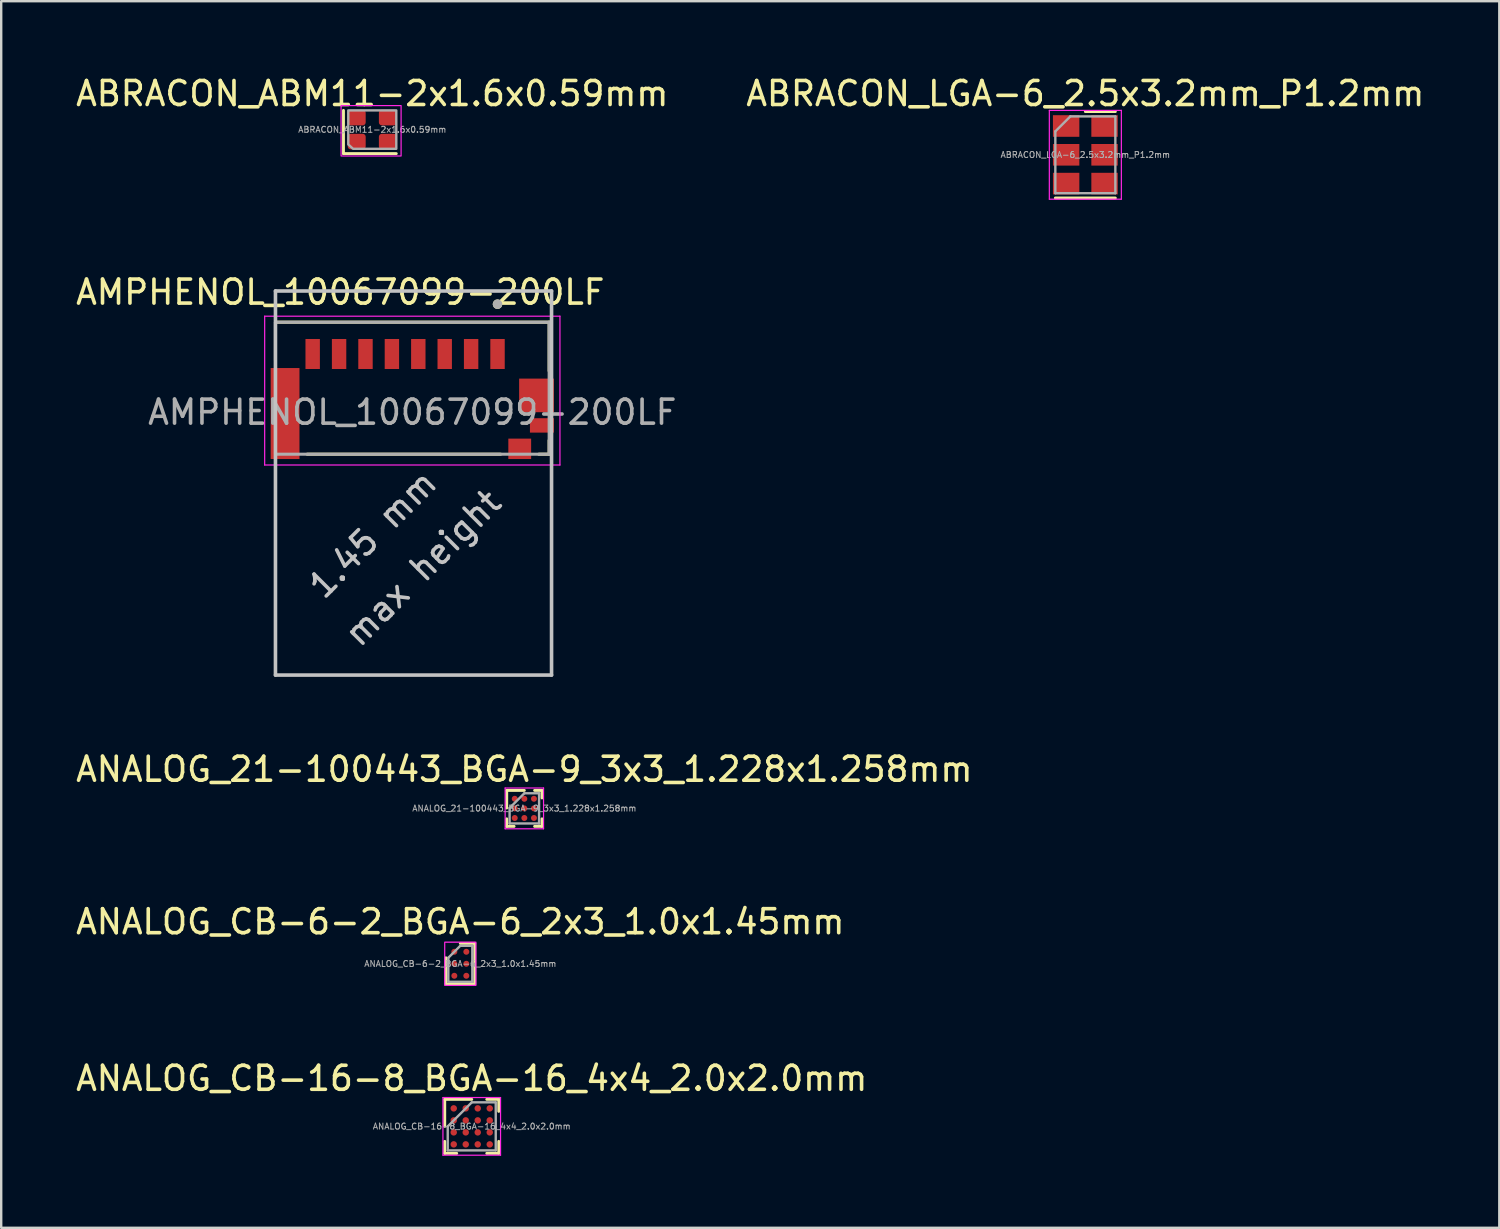
<source format=kicad_pcb>
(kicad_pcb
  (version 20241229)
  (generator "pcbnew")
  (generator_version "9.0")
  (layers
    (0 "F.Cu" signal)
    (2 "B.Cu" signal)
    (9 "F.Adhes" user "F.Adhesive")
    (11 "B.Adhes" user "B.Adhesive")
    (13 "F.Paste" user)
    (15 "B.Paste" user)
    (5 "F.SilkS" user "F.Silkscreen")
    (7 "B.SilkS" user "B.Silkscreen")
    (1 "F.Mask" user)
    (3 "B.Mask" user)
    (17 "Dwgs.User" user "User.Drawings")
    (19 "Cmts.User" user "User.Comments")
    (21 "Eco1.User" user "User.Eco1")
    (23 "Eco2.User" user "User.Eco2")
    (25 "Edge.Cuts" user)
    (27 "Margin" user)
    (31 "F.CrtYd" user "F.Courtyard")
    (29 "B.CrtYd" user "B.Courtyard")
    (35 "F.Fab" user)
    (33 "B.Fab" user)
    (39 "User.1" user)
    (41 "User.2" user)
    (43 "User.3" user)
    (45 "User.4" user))
  (footprint "ANALOG_21-100443_BGA-9_3x3_1.228x1.258mm"
    (layer "F.Cu")
    (at 18.792 30.624)
    (property "Reference" "ANALOG_21-100443_BGA-9_3x3_1.228x1.258mm" (at 0 -1.629 0) (layer "F.SilkS") (effects (font (size 1 1) (thickness 0.15))))
    (attr smd)
    (fp_line (start -0.734 -0.749) (end 0 -0.749) (stroke (width 0.12) (type default)) (layer "F.SilkS"))
    (fp_line (start -0.734 -0.015) (end -0.734 -0.749) (stroke (width 0.12) (type default)) (layer "F.SilkS"))
    (fp_line (start -0.734 0.749) (end -0.734 0.434) (stroke (width 0.12) (type default)) (layer "F.SilkS"))
    (fp_line (start -0.427 0.749) (end -0.734 0.749) (stroke (width 0.12) (type default)) (layer "F.SilkS"))
    (fp_line (start 0.427 -0.749) (end 0.734 -0.749) (stroke (width 0.12) (type default)) (layer "F.SilkS"))
    (fp_line (start 0.427 0.749) (end 0.734 0.749) (stroke (width 0.12) (type default)) (layer "F.SilkS"))
    (fp_line (start 0.734 -0.749) (end 0.734 -0.434) (stroke (width 0.12) (type default)) (layer "F.SilkS"))
    (fp_line (start 0.734 0.749) (end 0.734 0.434) (stroke (width 0.12) (type default)) (layer "F.SilkS"))
    (fp_line (start -0.8 -0.85) (end 0.8 -0.85) (stroke (width 0.05) (type default)) (layer "F.CrtYd"))
    (fp_line (start -0.8 0.85) (end -0.8 -0.85) (stroke (width 0.05) (type default)) (layer "F.CrtYd"))
    (fp_line (start 0.8 -0.85) (end 0.8 0.85) (stroke (width 0.05) (type default)) (layer "F.CrtYd"))
    (fp_line (start 0.8 0.85) (end -0.8 0.85) (stroke (width 0.05) (type default)) (layer "F.CrtYd"))
    (fp_line (start -0.614 -0.015) (end -0.614 0.629) (stroke (width 0.1) (type default)) (layer "F.Fab"))
    (fp_line (start -0.614 0.629) (end 0.614 0.629) (stroke (width 0.1) (type default)) (layer "F.Fab"))
    (fp_line (start 0 -0.629) (end -0.614 -0.015) (stroke (width 0.1) (type default)) (layer "F.Fab"))
    (fp_line (start 0.614 -0.629) (end 0 -0.629) (stroke (width 0.1) (type default)) (layer "F.Fab"))
    (fp_line (start 0.614 0.629) (end 0.614 -0.629) (stroke (width 0.1) (type default)) (layer "F.Fab"))
    (fp_text user "${REFERENCE}" (at 0 0 0) (layer "F.Fab") (effects (font (size 0.25 0.25) (thickness 0.04))))
    (pad "A1" smd circle (at -0.4 -0.4) (size 0.25 0.25) (layers "F.Cu" "F.Mask" "F.Paste"))
    (pad "A2" smd circle (at 0 -0.4) (size 0.25 0.25) (layers "F.Cu" "F.Mask" "F.Paste"))
    (pad "A3" smd circle (at 0.4 -0.4) (size 0.25 0.25) (layers "F.Cu" "F.Mask" "F.Paste"))
    (pad "B1" smd circle (at -0.4 0) (size 0.25 0.25) (layers "F.Cu" "F.Mask" "F.Paste"))
    (pad "B2" smd circle (at 0 0) (size 0.25 0.25) (layers "F.Cu" "F.Mask" "F.Paste"))
    (pad "B3" smd circle (at 0.4 0) (size 0.25 0.25) (layers "F.Cu" "F.Mask" "F.Paste"))
    (pad "C1" smd circle (at -0.4 0.4) (size 0.25 0.25) (layers "F.Cu" "F.Mask" "F.Paste"))
    (pad "C2" smd circle (at 0 0.4) (size 0.25 0.25) (layers "F.Cu" "F.Mask" "F.Paste"))
    (pad "C3" smd circle (at 0.4 0.4) (size 0.25 0.25) (layers "F.Cu" "F.Mask" "F.Paste")))
  (footprint "ANALOG_CB-6-2_BGA-6_2x3_1.0x1.45mm"
    (layer "F.Cu")
    (at 16.125 37.097)
    (property "Reference" "ANALOG_CB-6-2_BGA-6_2x3_1.0x1.45mm" (at 0 -1.75 0) (layer "F.SilkS") (effects (font (size 1 1) (thickness 0.15))))
    (attr smd)
    (fp_line (start -0.6 -0.25) (end -0.6 0.85) (stroke (width 0.12) (type default)) (layer "F.SilkS"))
    (fp_line (start -0.6 0.85) (end 0.6 0.85) (stroke (width 0.12) (type default)) (layer "F.SilkS"))
    (fp_line (start 0.6 -0.85) (end 0 -0.85) (stroke (width 0.12) (type default)) (layer "F.SilkS"))
    (fp_line (start 0.6 0.85) (end 0.6 -0.85) (stroke (width 0.12) (type default)) (layer "F.SilkS"))
    (fp_rect (start -0.65 0.9) (end 0.65 -0.9) (stroke (width 0.05) (type default)) (fill no) (layer "F.CrtYd"))
    (fp_line (start -0.5 -0.25) (end -0.5 0.75) (stroke (width 0.1) (type default)) (layer "F.Fab"))
    (fp_line (start -0.5 0.75) (end 0.5 0.75) (stroke (width 0.1) (type default)) (layer "F.Fab"))
    (fp_line (start 0 -0.75) (end -0.5 -0.25) (stroke (width 0.1) (type default)) (layer "F.Fab"))
    (fp_line (start 0.5 -0.75) (end 0 -0.75) (stroke (width 0.1) (type default)) (layer "F.Fab"))
    (fp_line (start 0.5 0.75) (end 0.5 -0.75) (stroke (width 0.1) (type default)) (layer "F.Fab"))
    (fp_text user "${REFERENCE}" (at 0 0 0) (unlocked yes) (layer "F.Fab") (effects (font (size 0.25 0.25) (thickness 0.04))))
    (pad "A1" smd circle (at -0.25 -0.5) (size 0.25 0.25) (layers "F.Cu" "F.Mask" "F.Paste"))
    (pad "A2" smd circle (at 0.25 -0.5) (size 0.25 0.25) (layers "F.Cu" "F.Mask" "F.Paste"))
    (pad "B1" smd circle (at -0.25 0) (size 0.25 0.25) (layers "F.Cu" "F.Mask" "F.Paste"))
    (pad "B2" smd circle (at 0.25 0) (size 0.25 0.25) (layers "F.Cu" "F.Mask" "F.Paste"))
    (pad "C1" smd circle (at -0.25 0.5) (size 0.25 0.25) (layers "F.Cu" "F.Mask" "F.Paste"))
    (pad "C2" smd circle (at 0.25 0.5) (size 0.25 0.25) (layers "F.Cu" "F.Mask" "F.Paste")))
  (footprint "ABRACON_ABM11-2x1.6x0.59mm"
    (layer "F.Cu")
    (at 12.458 2.348)
    (property "Reference" "ABRACON_ABM11-2x1.6x0.59mm" (at 0 -1.5 0) (unlocked yes) (layer "F.SilkS") (effects (font (size 1 1) (thickness 0.15))))
    (attr smd)
    (fp_line (start -1.2 -0.8) (end -1.2 1) (stroke (width 0.12) (type solid)) (layer "F.SilkS"))
    (fp_line (start -1.2 1) (end 1 1) (stroke (width 0.12) (type solid)) (layer "F.SilkS"))
    (fp_rect (start -1.3 -1) (end 1.2 1.1) (stroke (width 0.05) (type solid)) (fill no) (layer "F.CrtYd"))
    (fp_poly (pts (xy -1 -0.8) (xy -1 0.618) (xy -0.802 0.8) (xy 1 0.8) (xy 1 -0.8)) (stroke (width 0.1) (type solid)) (fill no) (layer "F.Fab"))
    (fp_text user "${REFERENCE}" (at 0 0 0) (layer "F.Fab") (effects (font (size 0.25 0.25) (thickness 0.04))))
    (pad "1" smd roundrect (at -0.65 0.5) (size 0.75 0.65) (layers "F.Cu" "F.Mask" "F.Paste") (roundrect_rratio 0.192))
    (pad "2" smd roundrect (at 0.65 0.5) (size 0.75 0.65) (layers "F.Cu" "F.Mask" "F.Paste") (roundrect_rratio 0.192))
    (pad "3" smd roundrect (at 0.65 -0.5) (size 0.75 0.65) (layers "F.Cu" "F.Mask" "F.Paste") (roundrect_rratio 0.192))
    (pad "4" smd roundrect (at -0.65 -0.5) (size 0.75 0.65) (layers "F.Cu" "F.Mask" "F.Paste") (roundrect_rratio 0.192)))
  (footprint "ANALOG_CB-16-8_BGA-16_4x4_2.0x2.0mm"
    (layer "F.Cu")
    (at 16.601 43.87)
    (property "Reference" "ANALOG_CB-16-8_BGA-16_4x4_2.0x2.0mm" (at 0 -2 0) (layer "F.SilkS") (effects (font (size 1 1) (thickness 0.15))))
    (attr smd)
    (fp_line (start -1.125 -1.125) (end -1.125 0) (stroke (width 0.12) (type default)) (layer "F.SilkS"))
    (fp_line (start -1.125 1.125) (end -1.125 0.625) (stroke (width 0.12) (type default)) (layer "F.SilkS"))
    (fp_line (start -0.625 1.125) (end -1.125 1.125) (stroke (width 0.12) (type default)) (layer "F.SilkS"))
    (fp_line (start 0 -1.125) (end -1.125 -1.125) (stroke (width 0.12) (type default)) (layer "F.SilkS"))
    (fp_line (start 0.625 -1.125) (end 1.125 -1.125) (stroke (width 0.12) (type default)) (layer "F.SilkS"))
    (fp_line (start 1.125 -1.125) (end 1.125 -0.625) (stroke (width 0.12) (type default)) (layer "F.SilkS"))
    (fp_line (start 1.125 0.625) (end 1.125 1.125) (stroke (width 0.12) (type default)) (layer "F.SilkS"))
    (fp_line (start 1.125 1.125) (end 0.625 1.125) (stroke (width 0.12) (type default)) (layer "F.SilkS"))
    (fp_line (start -1.2 -1.2) (end 1.2 -1.2) (stroke (width 0.05) (type default)) (layer "F.CrtYd"))
    (fp_line (start -1.2 1.2) (end -1.2 -1.2) (stroke (width 0.05) (type default)) (layer "F.CrtYd"))
    (fp_line (start 1.2 -1.2) (end 1.2 1.2) (stroke (width 0.05) (type default)) (layer "F.CrtYd"))
    (fp_line (start 1.2 1.2) (end -1.2 1.2) (stroke (width 0.05) (type default)) (layer "F.CrtYd"))
    (fp_line (start -1 0) (end -1 1) (stroke (width 0.1) (type default)) (layer "F.Fab"))
    (fp_line (start -1 1) (end 1 1) (stroke (width 0.1) (type default)) (layer "F.Fab"))
    (fp_line (start 0 -1) (end -1 0) (stroke (width 0.1) (type default)) (layer "F.Fab"))
    (fp_line (start 1 -1) (end 0 -1) (stroke (width 0.1) (type default)) (layer "F.Fab"))
    (fp_line (start 1 1) (end 1 -1) (stroke (width 0.1) (type default)) (layer "F.Fab"))
    (fp_text user "${REFERENCE}" (at 0 0 0) (unlocked yes) (layer "F.Fab") (effects (font (size 0.25 0.25) (thickness 0.04))))
    (pad "A1" smd circle (at -0.75 -0.75) (size 0.27 0.27) (layers "F.Cu" "F.Mask" "F.Paste"))
    (pad "A2" smd circle (at -0.25 -0.75) (size 0.27 0.27) (layers "F.Cu" "F.Mask" "F.Paste"))
    (pad "A3" smd circle (at 0.25 -0.75) (size 0.27 0.27) (layers "F.Cu" "F.Mask" "F.Paste"))
    (pad "A4" smd circle (at 0.75 -0.75) (size 0.27 0.27) (layers "F.Cu" "F.Mask" "F.Paste"))
    (pad "B1" smd circle (at -0.75 -0.25) (size 0.27 0.27) (layers "F.Cu" "F.Mask" "F.Paste"))
    (pad "B2" smd circle (at -0.25 -0.25) (size 0.27 0.27) (layers "F.Cu" "F.Mask" "F.Paste"))
    (pad "B3" smd circle (at 0.25 -0.25) (size 0.27 0.27) (layers "F.Cu" "F.Mask" "F.Paste"))
    (pad "B4" smd circle (at 0.75 -0.25) (size 0.27 0.27) (layers "F.Cu" "F.Mask" "F.Paste"))
    (pad "C1" smd circle (at -0.75 0.25) (size 0.27 0.27) (layers "F.Cu" "F.Mask" "F.Paste"))
    (pad "C2" smd circle (at -0.25 0.25) (size 0.27 0.27) (layers "F.Cu" "F.Mask" "F.Paste"))
    (pad "C3" smd circle (at 0.25 0.25) (size 0.27 0.27) (layers "F.Cu" "F.Mask" "F.Paste"))
    (pad "C4" smd circle (at 0.75 0.25) (size 0.27 0.27) (layers "F.Cu" "F.Mask" "F.Paste"))
    (pad "D1" smd circle (at -0.75 0.75) (size 0.27 0.27) (layers "F.Cu" "F.Mask" "F.Paste"))
    (pad "D2" smd circle (at -0.25 0.75) (size 0.27 0.27) (layers "F.Cu" "F.Mask" "F.Paste"))
    (pad "D3" smd circle (at 0.25 0.75) (size 0.27 0.27) (layers "F.Cu" "F.Mask" "F.Paste"))
    (pad "D4" smd circle (at 0.75 0.75) (size 0.27 0.27) (layers "F.Cu" "F.Mask" "F.Paste")))
  (footprint "AMPHENOL_10067099-200LF"
    (layer "F.Cu")
    (at 14.125 13.121)
    (property "Reference" "AMPHENOL_10067099-200LF" (at -3 -4 0) (layer "F.SilkS") (effects (font (size 1 1) (thickness 0.15))))
    (attr smd)
    (fp_line (start -5.7 -2.75) (end -5.7 -1.16) (stroke (width 0.127) (type solid)) (layer "F.SilkS"))
    (fp_line (start -5.7 -2.75) (end 5.7 -2.75) (stroke (width 0.127) (type solid)) (layer "F.SilkS"))
    (fp_line (start -4.38 2.75) (end 3.68 2.75) (stroke (width 0.127) (type solid)) (layer "F.SilkS"))
    (fp_line (start 5.27 2.75) (end 5.7 2.75) (stroke (width 0.127) (type solid)) (layer "F.SilkS"))
    (fp_line (start 5.7 -2.75) (end 5.7 -0.72) (stroke (width 0.127) (type solid)) (layer "F.SilkS"))
    (fp_line (start 5.7 2.75) (end 5.7 2.17) (stroke (width 0.127) (type solid)) (layer "F.SilkS"))
    (fp_circle (center 3.55 -3.5) (end 3.65 -3.5) (stroke (width 0.2) (type solid)) (fill no) (layer "F.SilkS"))
    (fp_line (start -5.7 -4.05) (end -5.7 11.95) (stroke (width 0.15) (type default)) (layer "Dwgs.User"))
    (fp_line (start -5.7 -4.05) (end 5.8 -4.05) (stroke (width 0.15) (type solid)) (layer "Dwgs.User"))
    (fp_line (start -5.7 11.95) (end 5.8 11.95) (stroke (width 0.15) (type default)) (layer "Dwgs.User"))
    (fp_line (start 5.8 11.95) (end 5.8 -4.05) (stroke (width 0.15) (type default)) (layer "Dwgs.User"))
    (fp_line (start -6.15 -3) (end -6.15 3.2) (stroke (width 0.05) (type solid)) (layer "F.CrtYd"))
    (fp_line (start -6.15 3.2) (end 6.15 3.2) (stroke (width 0.05) (type solid)) (layer "F.CrtYd"))
    (fp_line (start 6.15 -3) (end -6.15 -3) (stroke (width 0.05) (type solid)) (layer "F.CrtYd"))
    (fp_line (start 6.15 3.2) (end 6.15 -3) (stroke (width 0.05) (type solid)) (layer "F.CrtYd"))
    (fp_line (start -5.7 -2.75) (end -5.7 2.75) (stroke (width 0.127) (type solid)) (layer "F.Fab"))
    (fp_line (start -5.7 -2.75) (end 5.7 -2.75) (stroke (width 0.127) (type solid)) (layer "F.Fab"))
    (fp_line (start -5.7 2.75) (end 5.7 2.75) (stroke (width 0.127) (type solid)) (layer "F.Fab"))
    (fp_line (start 5.7 -2.75) (end 5.7 2.75) (stroke (width 0.127) (type solid)) (layer "F.Fab"))
    (fp_circle (center 3.55 -3.5) (end 3.65 -3.5) (stroke (width 0.2) (type solid)) (fill no) (layer "F.Fab"))
    (fp_text user "max height" (at -2.2 10.95 45) (unlocked yes) (layer "Dwgs.User") (effects (font (size 1 1) (thickness 0.15)) (justify left bottom)))
    (fp_text user "1.45 mm" (at -3.7 8.95 45) (unlocked yes) (layer "Dwgs.User") (effects (font (size 1 1) (thickness 0.15)) (justify left bottom)))
    (fp_text user "${REFERENCE}" (at 0 1 0) (layer "F.Fab") (effects (font (size 1 1) (thickness 0.15))))
    (pad "1" smd rect (at 3.55 -1.425) (size 0.6 1.25) (layers "F.Cu" "F.Mask" "F.Paste"))
    (pad "2" smd rect (at 2.45 -1.425) (size 0.6 1.25) (layers "F.Cu" "F.Mask" "F.Paste"))
    (pad "3" smd rect (at 1.35 -1.425) (size 0.6 1.25) (layers "F.Cu" "F.Mask" "F.Paste"))
    (pad "4" smd rect (at 0.25 -1.425) (size 0.6 1.25) (layers "F.Cu" "F.Mask" "F.Paste"))
    (pad "5" smd rect (at -0.85 -1.425) (size 0.6 1.25) (layers "F.Cu" "F.Mask" "F.Paste"))
    (pad "6" smd rect (at -1.95 -1.425) (size 0.6 1.25) (layers "F.Cu" "F.Mask" "F.Paste"))
    (pad "7" smd rect (at -3.05 -1.425) (size 0.6 1.25) (layers "F.Cu" "F.Mask" "F.Paste"))
    (pad "8" smd rect (at -4.15 -1.425) (size 0.6 1.25) (layers "F.Cu" "F.Mask" "F.Paste"))
    (pad "9" smd rect (at 5.4 1.55) (size 1 0.6) (layers "F.Cu" "F.Mask" "F.Paste"))
    (pad "10" smd rect (at 4.475 2.525) (size 0.95 0.85) (layers "F.Cu" "F.Mask" "F.Paste"))
    (pad "11" smd rect (at -5.3 1.055) (size 1.2 3.79) (layers "F.Cu" "F.Mask" "F.Paste"))
    (pad "11" smd rect (at 5.175 0.3) (size 1.45 1.4) (layers "F.Cu" "F.Mask" "F.Paste")))
  (footprint "ABRACON_LGA-6_2.5x3.2mm_P1.2mm"
    (layer "F.Cu")
    (at 42.161 3.398)
    (property "Reference" "ABRACON_LGA-6_2.5x3.2mm_P1.2mm" (at 0 -2.55 0) (layer "F.SilkS") (effects (font (size 1 1) (thickness 0.15))))
    (attr smd)
    (fp_line (start -1.25 1.8) (end 1.25 1.8) (stroke (width 0.12) (type solid)) (layer "F.SilkS"))
    (fp_line (start 0 -1.8) (end 1.25 -1.8) (stroke (width 0.12) (type solid)) (layer "F.SilkS"))
    (fp_line (start -1.5 -1.85) (end -1.5 1.85) (stroke (width 0.05) (type solid)) (layer "F.CrtYd"))
    (fp_line (start -1.5 1.85) (end 1.5 1.85) (stroke (width 0.05) (type solid)) (layer "F.CrtYd"))
    (fp_line (start 1.5 -1.85) (end -1.5 -1.85) (stroke (width 0.05) (type solid)) (layer "F.CrtYd"))
    (fp_line (start 1.5 1.85) (end 1.5 -1.85) (stroke (width 0.05) (type solid)) (layer "F.CrtYd"))
    (fp_line (start -1.25 -0.975) (end -0.625 -1.6) (stroke (width 0.1) (type solid)) (layer "F.Fab"))
    (fp_line (start -1.25 1.6) (end -1.25 -0.975) (stroke (width 0.1) (type solid)) (layer "F.Fab"))
    (fp_line (start -0.625 -1.6) (end 1.25 -1.6) (stroke (width 0.1) (type solid)) (layer "F.Fab"))
    (fp_line (start 1.25 -1.6) (end 1.25 1.6) (stroke (width 0.1) (type solid)) (layer "F.Fab"))
    (fp_line (start 1.25 1.6) (end -1.25 1.6) (stroke (width 0.1) (type solid)) (layer "F.Fab"))
    (fp_text user "${REFERENCE}" (at 0 0 0) (unlocked yes) (layer "F.Fab") (effects (font (size 0.25 0.25) (thickness 0.04))))
    (pad "1" smd roundrect (at -0.8 -1.2) (size 1.1 0.9) (layers "F.Cu" "F.Mask" "F.Paste") (roundrect_rratio 0.001))
    (pad "2" smd roundrect (at -0.8 0) (size 1.1 0.9) (layers "F.Cu" "F.Mask" "F.Paste") (roundrect_rratio 0.001))
    (pad "3" smd roundrect (at -0.8 1.2) (size 1.1 0.9) (layers "F.Cu" "F.Mask" "F.Paste") (roundrect_rratio 0.001))
    (pad "4" smd roundrect (at 0.8 1.2) (size 1.1 0.9) (layers "F.Cu" "F.Mask" "F.Paste") (roundrect_rratio 0.001))
    (pad "5" smd roundrect (at 0.8 0) (size 1.1 0.9) (layers "F.Cu" "F.Mask" "F.Paste") (roundrect_rratio 0.001))
    (pad "6" smd roundrect (at 0.8 -1.2) (size 1.1 0.9) (layers "F.Cu" "F.Mask" "F.Paste") (roundrect_rratio 0.001)))
  (gr_rect
    (start -3 -3)
    (end 59.405 48.095)
    (stroke (width 0.1) (type default))
    (fill no)
    (layer "Edge.Cuts")))
</source>
